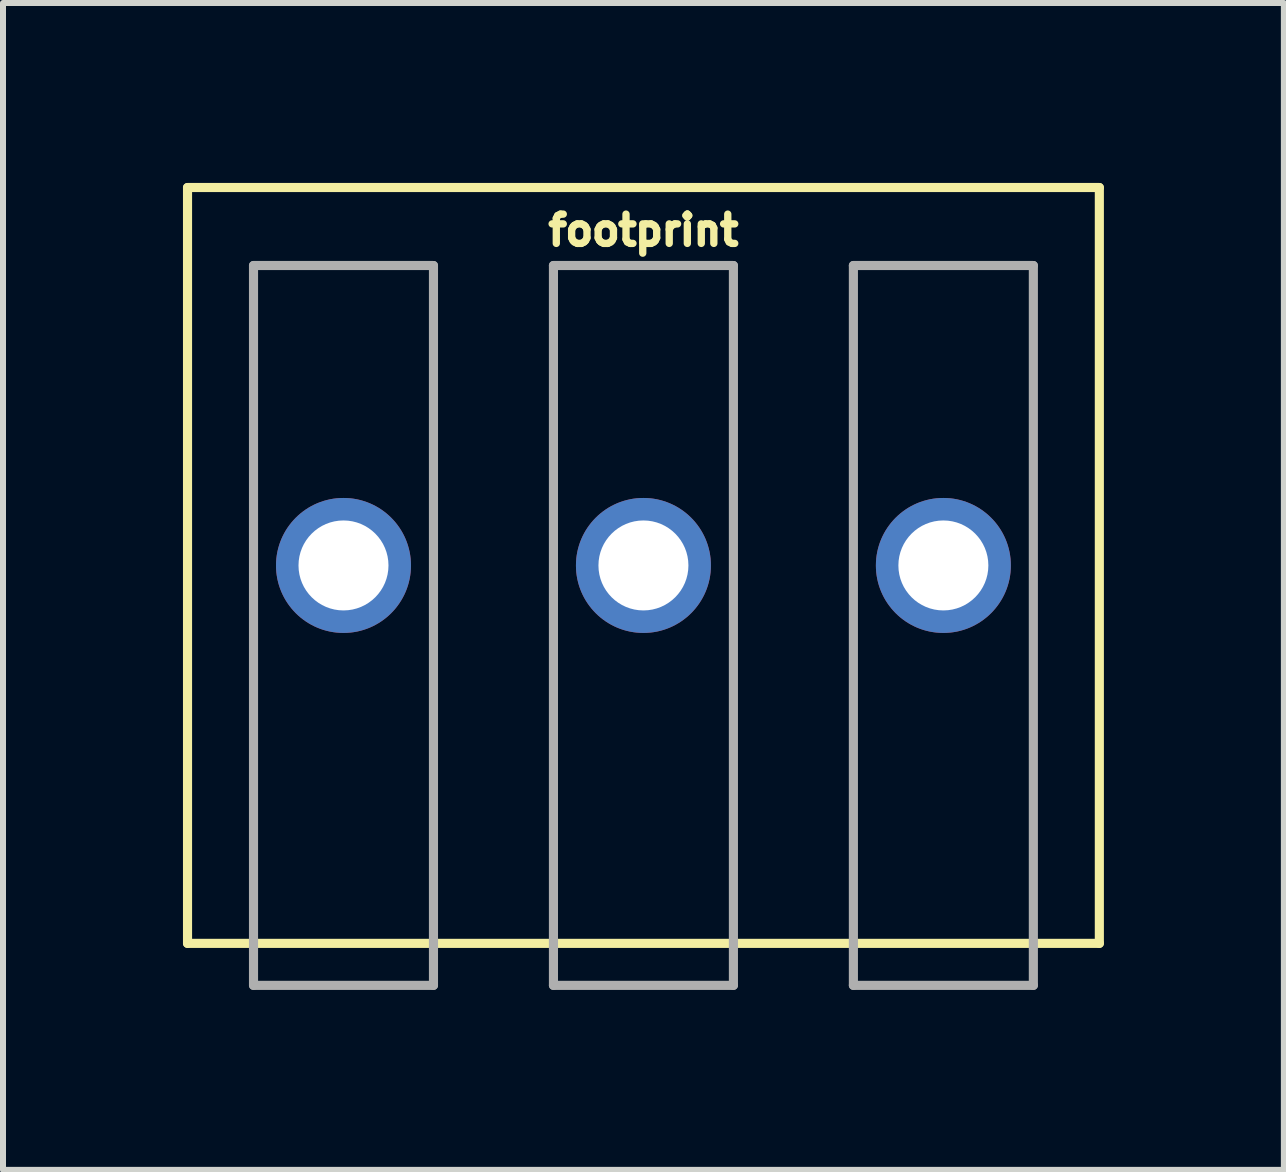
<source format=kicad_pcb>
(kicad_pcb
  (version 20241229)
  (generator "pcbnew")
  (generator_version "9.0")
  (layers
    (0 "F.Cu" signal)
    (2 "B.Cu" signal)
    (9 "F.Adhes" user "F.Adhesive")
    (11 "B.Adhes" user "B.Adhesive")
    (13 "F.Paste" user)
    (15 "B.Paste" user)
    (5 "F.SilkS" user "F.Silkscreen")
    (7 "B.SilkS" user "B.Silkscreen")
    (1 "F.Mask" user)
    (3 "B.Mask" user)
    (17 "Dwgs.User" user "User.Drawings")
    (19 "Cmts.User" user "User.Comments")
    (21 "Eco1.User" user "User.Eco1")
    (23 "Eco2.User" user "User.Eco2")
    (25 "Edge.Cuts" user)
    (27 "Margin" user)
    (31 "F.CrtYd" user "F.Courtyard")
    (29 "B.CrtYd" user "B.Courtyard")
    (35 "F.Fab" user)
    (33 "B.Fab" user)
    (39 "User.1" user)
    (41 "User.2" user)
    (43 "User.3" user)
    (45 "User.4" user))
  (footprint "footprint"
    (layer "F.Cu")
    (at 7.676 6.376)
    (property "Reference" "footprint" (at 0 -5.588 0) (layer "F.SilkS") (effects (font (size 0.488 0.488) (thickness 0.122))))
    (fp_line (start -7.6 -6.3) (end -7.6 6.3) (stroke (width 0.152) (type solid)) (layer "F.SilkS"))
    (fp_line (start -7.6 -6.3) (end 7.6 -6.3) (stroke (width 0.152) (type solid)) (layer "F.SilkS"))
    (fp_line (start -7.6 6.3) (end 7.6 6.3) (stroke (width 0.152) (type solid)) (layer "F.SilkS"))
    (fp_line (start 7.6 -6.3) (end 7.6 6.3) (stroke (width 0.152) (type solid)) (layer "F.SilkS"))
    (fp_line (start -6.5 -5) (end -3.5 -5) (stroke (width 0.152) (type solid)) (layer "F.Fab"))
    (fp_line (start -6.5 7) (end -6.5 -5) (stroke (width 0.152) (type solid)) (layer "F.Fab"))
    (fp_line (start -3.5 -5) (end -3.5 7) (stroke (width 0.152) (type solid)) (layer "F.Fab"))
    (fp_line (start -3.5 7) (end -6.5 7) (stroke (width 0.152) (type solid)) (layer "F.Fab"))
    (fp_line (start -1.5 -5) (end -1.5 7) (stroke (width 0.152) (type solid)) (layer "F.Fab"))
    (fp_line (start -1.5 7) (end 1.5 7) (stroke (width 0.152) (type solid)) (layer "F.Fab"))
    (fp_line (start 1.5 -5) (end -1.5 -5) (stroke (width 0.152) (type solid)) (layer "F.Fab"))
    (fp_line (start 1.5 7) (end 1.5 -5) (stroke (width 0.152) (type solid)) (layer "F.Fab"))
    (fp_line (start 3.5 -5) (end 3.5 7) (stroke (width 0.152) (type solid)) (layer "F.Fab"))
    (fp_line (start 3.5 -5) (end 6.5 -5) (stroke (width 0.152) (type solid)) (layer "F.Fab"))
    (fp_line (start 3.5 7) (end 6.5 7) (stroke (width 0.152) (type solid)) (layer "F.Fab"))
    (fp_line (start 6.5 7) (end 6.5 -5) (stroke (width 0.152) (type solid)) (layer "F.Fab"))
    (pad "1" thru_hole circle (at -5 0) (size 2.25 2.25) (drill 1.5) (layers "*.Cu" "*.Mask"))
    (pad "2" thru_hole circle (at 0 0) (size 2.25 2.25) (drill 1.5) (layers "*.Cu" "*.Mask"))
    (pad "3" thru_hole circle (at 5 0) (size 2.25 2.25) (drill 1.5) (layers "*.Cu" "*.Mask")))
  (gr_rect
    (start -3 -3)
    (end 18.352 16.452)
    (stroke (width 0.1) (type default))
    (fill no)
    (layer "Edge.Cuts")))
</source>
